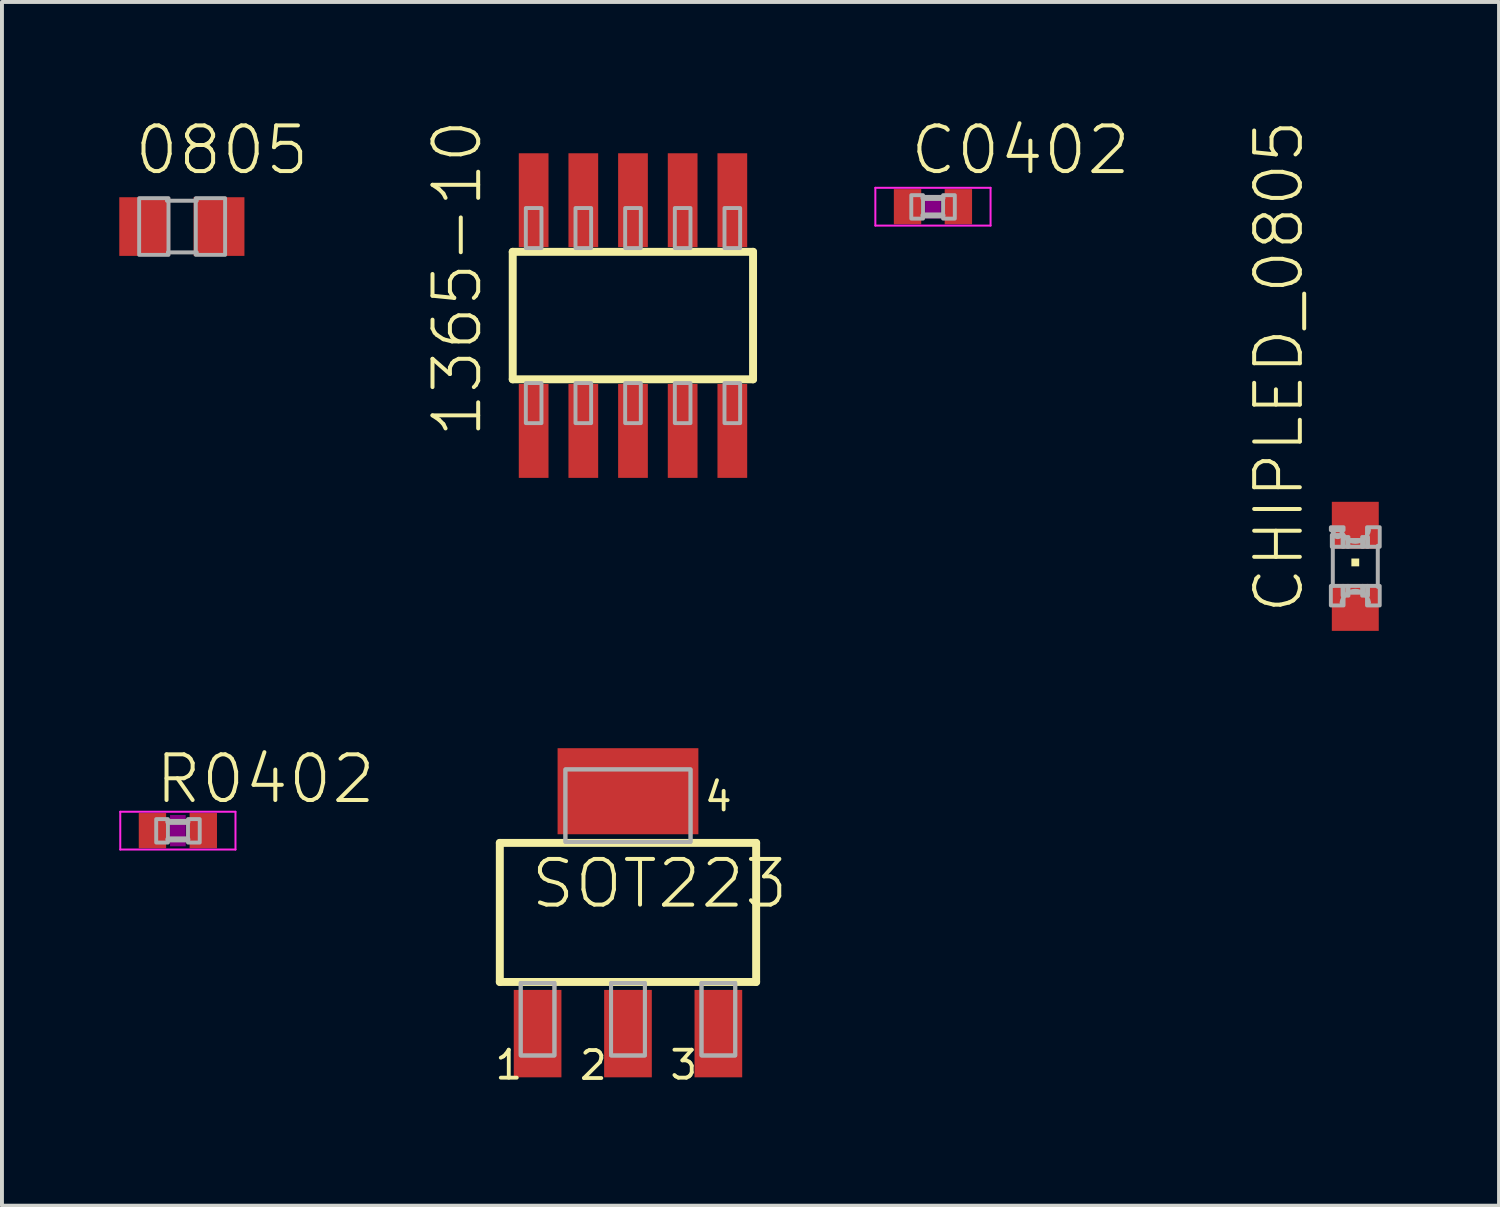
<source format=kicad_pcb>
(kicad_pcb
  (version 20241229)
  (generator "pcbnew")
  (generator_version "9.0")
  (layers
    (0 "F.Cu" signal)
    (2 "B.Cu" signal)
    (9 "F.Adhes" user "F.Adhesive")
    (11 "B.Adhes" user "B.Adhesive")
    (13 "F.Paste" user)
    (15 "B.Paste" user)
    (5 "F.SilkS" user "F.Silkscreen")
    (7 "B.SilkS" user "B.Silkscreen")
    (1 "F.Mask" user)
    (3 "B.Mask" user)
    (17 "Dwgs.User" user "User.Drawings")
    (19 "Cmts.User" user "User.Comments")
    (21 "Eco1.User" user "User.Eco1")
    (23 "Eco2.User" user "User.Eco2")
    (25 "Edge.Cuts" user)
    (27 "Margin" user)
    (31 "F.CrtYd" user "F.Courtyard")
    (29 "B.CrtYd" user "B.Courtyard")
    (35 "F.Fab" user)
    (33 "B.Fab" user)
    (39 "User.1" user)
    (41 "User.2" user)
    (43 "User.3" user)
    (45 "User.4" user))
  (footprint "SOT223"
    (layer "F.Cu")
    (at 13.007 20.28)
    (property "Reference" "SOT223" (at -2.54 -0.051 0) (layer "F.SilkS") (effects (font (size 1.168 1.168) (thickness 0.102)) (justify left bottom)))
    (fp_line (start -3.277 -1.778) (end 3.277 -1.778) (stroke (width 0.203) (type solid)) (layer "F.SilkS"))
    (fp_line (start -3.277 1.778) (end -3.277 -1.778) (stroke (width 0.203) (type solid)) (layer "F.SilkS"))
    (fp_line (start 3.277 -1.778) (end 3.277 1.778) (stroke (width 0.203) (type solid)) (layer "F.SilkS"))
    (fp_line (start 3.277 1.778) (end -3.277 1.778) (stroke (width 0.203) (type solid)) (layer "F.SilkS"))
    (fp_poly (pts (xy -2.743 3.658) (xy -1.88 3.658) (xy -1.88 1.803) (xy -2.743 1.803)) (stroke (width 0.1) (type solid)) (fill no) (layer "F.Fab"))
    (fp_poly (pts (xy -2.743 3.658) (xy -1.88 3.658) (xy -1.88 1.803) (xy -2.743 1.803)) (stroke (width 0.1) (type solid)) (fill no) (layer "F.Fab"))
    (fp_poly (pts (xy -1.6 -1.803) (xy 1.6 -1.803) (xy 1.6 -3.658) (xy -1.6 -3.658)) (stroke (width 0.1) (type solid)) (fill no) (layer "F.Fab"))
    (fp_poly (pts (xy -1.6 -1.803) (xy 1.6 -1.803) (xy 1.6 -3.658) (xy -1.6 -3.658)) (stroke (width 0.1) (type solid)) (fill no) (layer "F.Fab"))
    (fp_poly (pts (xy -0.432 3.658) (xy 0.432 3.658) (xy 0.432 1.803) (xy -0.432 1.803)) (stroke (width 0.1) (type solid)) (fill no) (layer "F.Fab"))
    (fp_poly (pts (xy -0.432 3.658) (xy 0.432 3.658) (xy 0.432 1.803) (xy -0.432 1.803)) (stroke (width 0.1) (type solid)) (fill no) (layer "F.Fab"))
    (fp_poly (pts (xy 1.88 3.658) (xy 2.743 3.658) (xy 2.743 1.803) (xy 1.88 1.803)) (stroke (width 0.1) (type solid)) (fill no) (layer "F.Fab"))
    (fp_poly (pts (xy 1.88 3.658) (xy 2.743 3.658) (xy 2.743 1.803) (xy 1.88 1.803)) (stroke (width 0.1) (type solid)) (fill no) (layer "F.Fab"))
    (fp_text user "2" (at -1.291 4.327 0) (layer "F.SilkS") (effects (font (size 0.715 0.715) (thickness 0.098)) (justify left bottom)))
    (fp_text user "4" (at 1.905 -2.54 0) (layer "F.SilkS") (effects (font (size 0.715 0.715) (thickness 0.098)) (justify left bottom)))
    (fp_text user "1" (at -3.453 4.318 0) (layer "F.SilkS") (effects (font (size 0.715 0.715) (thickness 0.098)) (justify left bottom)))
    (fp_text user "3" (at 1.021 4.318 0) (layer "F.SilkS") (effects (font (size 0.715 0.715) (thickness 0.098)) (justify left bottom)))
    (pad "1" smd rect (at -2.311 3.099) (size 1.219 2.235) (layers "F.Cu" "F.Mask" "F.Paste"))
    (pad "2" smd rect (at 0 3.099) (size 1.219 2.235) (layers "F.Cu" "F.Mask" "F.Paste"))
    (pad "3" smd rect (at 2.311 3.099) (size 1.219 2.235) (layers "F.Cu" "F.Mask" "F.Paste"))
    (pad "4" smd rect (at 0 -3.099) (size 3.6 2.2) (layers "F.Cu" "F.Mask" "F.Paste")))
  (footprint "0805"
    (layer "F.Cu")
    (at 1.6 2.743)
    (property "Reference" "0805" (at -1.27 -1.27 0) (layer "F.SilkS") (effects (font (size 1.168 1.168) (thickness 0.102)) (justify left bottom)))
    (fp_line (start -0.381 -0.66) (end 0.381 -0.66) (stroke (width 0.102) (type solid)) (layer "F.Fab"))
    (fp_line (start -0.356 0.66) (end 0.381 0.66) (stroke (width 0.102) (type solid)) (layer "F.Fab"))
    (fp_poly (pts (xy -1.092 0.724) (xy -0.342 0.724) (xy -0.342 -0.726) (xy -1.092 -0.726)) (stroke (width 0.1) (type solid)) (fill no) (layer "F.Fab"))
    (fp_poly (pts (xy 0.356 0.724) (xy 1.106 0.724) (xy 1.106 -0.726) (xy 0.356 -0.726)) (stroke (width 0.1) (type solid)) (fill no) (layer "F.Fab"))
    (pad "1" smd rect (at -0.95 0) (size 1.3 1.5) (layers "F.Cu" "F.Mask" "F.Paste"))
    (pad "2" smd rect (at 0.95 0) (size 1.3 1.5) (layers "F.Cu" "F.Mask" "F.Paste")))
  (footprint "1365-10"
    (layer "F.Cu")
    (at 13.135 5.019)
    (property "Reference" "1365-10" (at -3.81 3.175 90) (layer "F.SilkS") (effects (font (size 1.168 1.168) (thickness 0.102)) (justify left bottom)))
    (fp_line (start -3.075 -1.63) (end 3.07 -1.63) (stroke (width 0.203) (type solid)) (layer "F.SilkS"))
    (fp_line (start -3.075 1.63) (end -3.075 -1.63) (stroke (width 0.203) (type solid)) (layer "F.SilkS"))
    (fp_line (start 3.07 -1.63) (end 3.07 1.63) (stroke (width 0.203) (type solid)) (layer "F.SilkS"))
    (fp_line (start 3.07 1.63) (end -3.075 1.63) (stroke (width 0.203) (type solid)) (layer "F.SilkS"))
    (fp_poly (pts (xy -2.74 -1.725) (xy -2.34 -1.725) (xy -2.34 -2.75) (xy -2.74 -2.75)) (stroke (width 0.1) (type solid)) (fill no) (layer "F.Fab"))
    (fp_poly (pts (xy -2.34 1.725) (xy -2.74 1.725) (xy -2.74 2.75) (xy -2.34 2.75)) (stroke (width 0.1) (type solid)) (fill no) (layer "F.Fab"))
    (fp_poly (pts (xy -1.47 -1.725) (xy -1.07 -1.725) (xy -1.07 -2.75) (xy -1.47 -2.75)) (stroke (width 0.1) (type solid)) (fill no) (layer "F.Fab"))
    (fp_poly (pts (xy -1.07 1.725) (xy -1.47 1.725) (xy -1.47 2.75) (xy -1.07 2.75)) (stroke (width 0.1) (type solid)) (fill no) (layer "F.Fab"))
    (fp_poly (pts (xy -0.2 -1.725) (xy 0.2 -1.725) (xy 0.2 -2.75) (xy -0.2 -2.75)) (stroke (width 0.1) (type solid)) (fill no) (layer "F.Fab"))
    (fp_poly (pts (xy 0.2 1.725) (xy -0.2 1.725) (xy -0.2 2.75) (xy 0.2 2.75)) (stroke (width 0.1) (type solid)) (fill no) (layer "F.Fab"))
    (fp_poly (pts (xy 1.07 -1.725) (xy 1.47 -1.725) (xy 1.47 -2.75) (xy 1.07 -2.75)) (stroke (width 0.1) (type solid)) (fill no) (layer "F.Fab"))
    (fp_poly (pts (xy 1.47 1.725) (xy 1.07 1.725) (xy 1.07 2.75) (xy 1.47 2.75)) (stroke (width 0.1) (type solid)) (fill no) (layer "F.Fab"))
    (fp_poly (pts (xy 2.34 -1.725) (xy 2.74 -1.725) (xy 2.74 -2.75) (xy 2.34 -2.75)) (stroke (width 0.1) (type solid)) (fill no) (layer "F.Fab"))
    (fp_poly (pts (xy 2.74 1.725) (xy 2.34 1.725) (xy 2.34 2.75) (xy 2.74 2.75)) (stroke (width 0.1) (type solid)) (fill no) (layer "F.Fab"))
    (pad "1" smd rect (at -2.54 2.95) (size 0.76 2.4) (layers "F.Cu" "F.Mask" "F.Paste"))
    (pad "2" smd rect (at -2.54 -2.95) (size 0.76 2.4) (layers "F.Cu" "F.Mask" "F.Paste"))
    (pad "3" smd rect (at -1.27 2.95) (size 0.76 2.4) (layers "F.Cu" "F.Mask" "F.Paste"))
    (pad "4" smd rect (at -1.27 -2.95) (size 0.76 2.4) (layers "F.Cu" "F.Mask" "F.Paste"))
    (pad "5" smd rect (at 0 2.95) (size 0.76 2.4) (layers "F.Cu" "F.Mask" "F.Paste"))
    (pad "6" smd rect (at 0 -2.95) (size 0.76 2.4) (layers "F.Cu" "F.Mask" "F.Paste"))
    (pad "7" smd rect (at 1.27 2.95) (size 0.76 2.4) (layers "F.Cu" "F.Mask" "F.Paste"))
    (pad "8" smd rect (at 1.27 -2.95) (size 0.76 2.4) (layers "F.Cu" "F.Mask" "F.Paste"))
    (pad "9" smd rect (at 2.54 2.95) (size 0.76 2.4) (layers "F.Cu" "F.Mask" "F.Paste"))
    (pad "10" smd rect (at 2.54 -2.95) (size 0.76 2.4) (layers "F.Cu" "F.Mask" "F.Paste")))
  (footprint "R0402"
    (layer "F.Cu")
    (at 1.498 18.189)
    (property "Reference" "R0402" (at -0.635 -0.635 0) (layer "F.SilkS") (effects (font (size 1.168 1.168) (thickness 0.102)) (justify left bottom)))
    (fp_poly (pts (xy -0.2 0.4) (xy 0.2 0.4) (xy 0.2 -0.4) (xy -0.2 -0.4)) (stroke (width 0) (type solid)) (fill yes) (layer "F.Adhes"))
    (fp_line (start -1.473 -0.483) (end 1.473 -0.483) (stroke (width 0.051) (type solid)) (layer "F.CrtYd"))
    (fp_line (start -1.473 0.483) (end -1.473 -0.483) (stroke (width 0.051) (type solid)) (layer "F.CrtYd"))
    (fp_line (start 1.473 -0.483) (end 1.473 0.483) (stroke (width 0.051) (type solid)) (layer "F.CrtYd"))
    (fp_line (start 1.473 0.483) (end -1.473 0.483) (stroke (width 0.051) (type solid)) (layer "F.CrtYd"))
    (fp_line (start -0.245 -0.224) (end 0.245 -0.224) (stroke (width 0.152) (type solid)) (layer "F.Fab"))
    (fp_line (start 0.245 0.224) (end -0.245 0.224) (stroke (width 0.152) (type solid)) (layer "F.Fab"))
    (fp_poly (pts (xy -0.554 0.305) (xy -0.254 0.305) (xy -0.254 -0.295) (xy -0.554 -0.295)) (stroke (width 0.1) (type solid)) (fill no) (layer "F.Fab"))
    (fp_poly (pts (xy 0.259 0.305) (xy 0.559 0.305) (xy 0.559 -0.295) (xy 0.259 -0.295)) (stroke (width 0.1) (type solid)) (fill no) (layer "F.Fab"))
    (pad "1" smd rect (at -0.65 0) (size 0.7 0.9) (layers "F.Cu" "F.Mask" "F.Paste"))
    (pad "2" smd rect (at 0.65 0) (size 0.7 0.9) (layers "F.Cu" "F.Mask" "F.Paste")))
  (footprint "CHIPLED_0805"
    (layer "F.Cu")
    (at 31.604 11.431)
    (property "Reference" "CHIPLED_0805" (at -1.27 1.27 90) (layer "F.SilkS") (effects (font (size 1.168 1.168) (thickness 0.102)) (justify left bottom)))
    (fp_poly (pts (xy -0.1 0) (xy 0.1 0) (xy 0.1 -0.2) (xy -0.1 -0.2)) (stroke (width 0) (type solid)) (fill yes) (layer "F.SilkS"))
    (fp_line (start -0.575 0.5) (end -0.575 -0.925) (stroke (width 0.102) (type solid)) (layer "F.Fab"))
    (fp_line (start 0.575 -0.525) (end 0.575 0.525) (stroke (width 0.102) (type solid)) (layer "F.Fab"))
    (fp_arc (start -0.35 0.925) (mid -0.000001 0.625027) (end 0.35 0.924998) (stroke (width 0.1016) (type solid)) (layer "F.Fab"))
    (fp_arc (start 0.35 -0.924998) (mid -0.000001 -0.625027) (end -0.35 -0.925) (stroke (width 0.1016) (type solid)) (layer "F.Fab"))
    (fp_circle (center -0.45 -0.85) (end -0.347 -0.85) (stroke (width 0.102) (type solid)) (fill no) (layer "F.Fab"))
    (fp_poly (pts (xy -0.625 -0.925) (xy -0.3 -0.925) (xy -0.3 -1) (xy -0.625 -1)) (stroke (width 0.1) (type solid)) (fill no) (layer "F.Fab"))
    (fp_poly (pts (xy -0.625 1) (xy -0.3 1) (xy -0.3 0.5) (xy -0.625 0.5)) (stroke (width 0.1) (type solid)) (fill no) (layer "F.Fab"))
    (fp_poly (pts (xy -0.6 -0.5) (xy -0.3 -0.5) (xy -0.3 -0.8) (xy -0.6 -0.8)) (stroke (width 0.1) (type solid)) (fill no) (layer "F.Fab"))
    (fp_poly (pts (xy -0.325 -0.5) (xy -0.175 -0.5) (xy -0.175 -0.75) (xy -0.325 -0.75)) (stroke (width 0.1) (type solid)) (fill no) (layer "F.Fab"))
    (fp_poly (pts (xy -0.325 0.75) (xy -0.175 0.75) (xy -0.175 0.5) (xy -0.325 0.5)) (stroke (width 0.1) (type solid)) (fill no) (layer "F.Fab"))
    (fp_poly (pts (xy -0.2 -0.5) (xy 0.2 -0.5) (xy 0.2 -0.675) (xy -0.2 -0.675)) (stroke (width 0.1) (type solid)) (fill no) (layer "F.Fab"))
    (fp_poly (pts (xy -0.2 0.675) (xy 0.2 0.675) (xy 0.2 0.5) (xy -0.2 0.5)) (stroke (width 0.1) (type solid)) (fill no) (layer "F.Fab"))
    (fp_poly (pts (xy 0.175 -0.5) (xy 0.325 -0.5) (xy 0.325 -0.75) (xy 0.175 -0.75)) (stroke (width 0.1) (type solid)) (fill no) (layer "F.Fab"))
    (fp_poly (pts (xy 0.175 0.75) (xy 0.325 0.75) (xy 0.325 0.5) (xy 0.175 0.5)) (stroke (width 0.1) (type solid)) (fill no) (layer "F.Fab"))
    (fp_poly (pts (xy 0.3 -0.5) (xy 0.625 -0.5) (xy 0.625 -1) (xy 0.3 -1)) (stroke (width 0.1) (type solid)) (fill no) (layer "F.Fab"))
    (fp_poly (pts (xy 0.3 1) (xy 0.625 1) (xy 0.625 0.5) (xy 0.3 0.5)) (stroke (width 0.1) (type solid)) (fill no) (layer "F.Fab"))
    (pad "A" smd rect (at 0 1.05) (size 1.2 1.2) (layers "F.Cu" "F.Mask" "F.Paste"))
    (pad "C" smd rect (at 0 -1.05) (size 1.2 1.2) (layers "F.Cu" "F.Mask" "F.Paste")))
  (footprint "C0402"
    (layer "F.Cu")
    (at 20.805 2.235)
    (property "Reference" "C0402" (at -0.635 -0.762 0) (layer "F.SilkS") (effects (font (size 1.168 1.168) (thickness 0.102)) (justify left bottom)))
    (fp_poly (pts (xy -0.2 0.3) (xy 0.2 0.3) (xy 0.2 -0.3) (xy -0.2 -0.3)) (stroke (width 0) (type solid)) (fill yes) (layer "F.Adhes"))
    (fp_line (start -1.473 -0.483) (end 1.473 -0.483) (stroke (width 0.051) (type solid)) (layer "F.CrtYd"))
    (fp_line (start -1.473 0.483) (end -1.473 -0.483) (stroke (width 0.051) (type solid)) (layer "F.CrtYd"))
    (fp_line (start 1.473 -0.483) (end 1.473 0.483) (stroke (width 0.051) (type solid)) (layer "F.CrtYd"))
    (fp_line (start 1.473 0.483) (end -1.473 0.483) (stroke (width 0.051) (type solid)) (layer "F.CrtYd"))
    (fp_line (start -0.245 -0.224) (end 0.245 -0.224) (stroke (width 0.152) (type solid)) (layer "F.Fab"))
    (fp_line (start 0.245 0.224) (end -0.245 0.224) (stroke (width 0.152) (type solid)) (layer "F.Fab"))
    (fp_poly (pts (xy -0.554 0.305) (xy -0.254 0.305) (xy -0.254 -0.295) (xy -0.554 -0.295)) (stroke (width 0.1) (type solid)) (fill no) (layer "F.Fab"))
    (fp_poly (pts (xy 0.259 0.305) (xy 0.559 0.305) (xy 0.559 -0.295) (xy 0.259 -0.295)) (stroke (width 0.1) (type solid)) (fill no) (layer "F.Fab"))
    (pad "1" smd rect (at -0.65 0) (size 0.7 0.9) (layers "F.Cu" "F.Mask" "F.Paste"))
    (pad "2" smd rect (at 0.65 0) (size 0.7 0.9) (layers "F.Cu" "F.Mask" "F.Paste")))
  (gr_rect
    (start -3 -3)
    (end 35.279 27.779)
    (stroke (width 0.1) (type default))
    (fill no)
    (layer "Edge.Cuts")))
</source>
